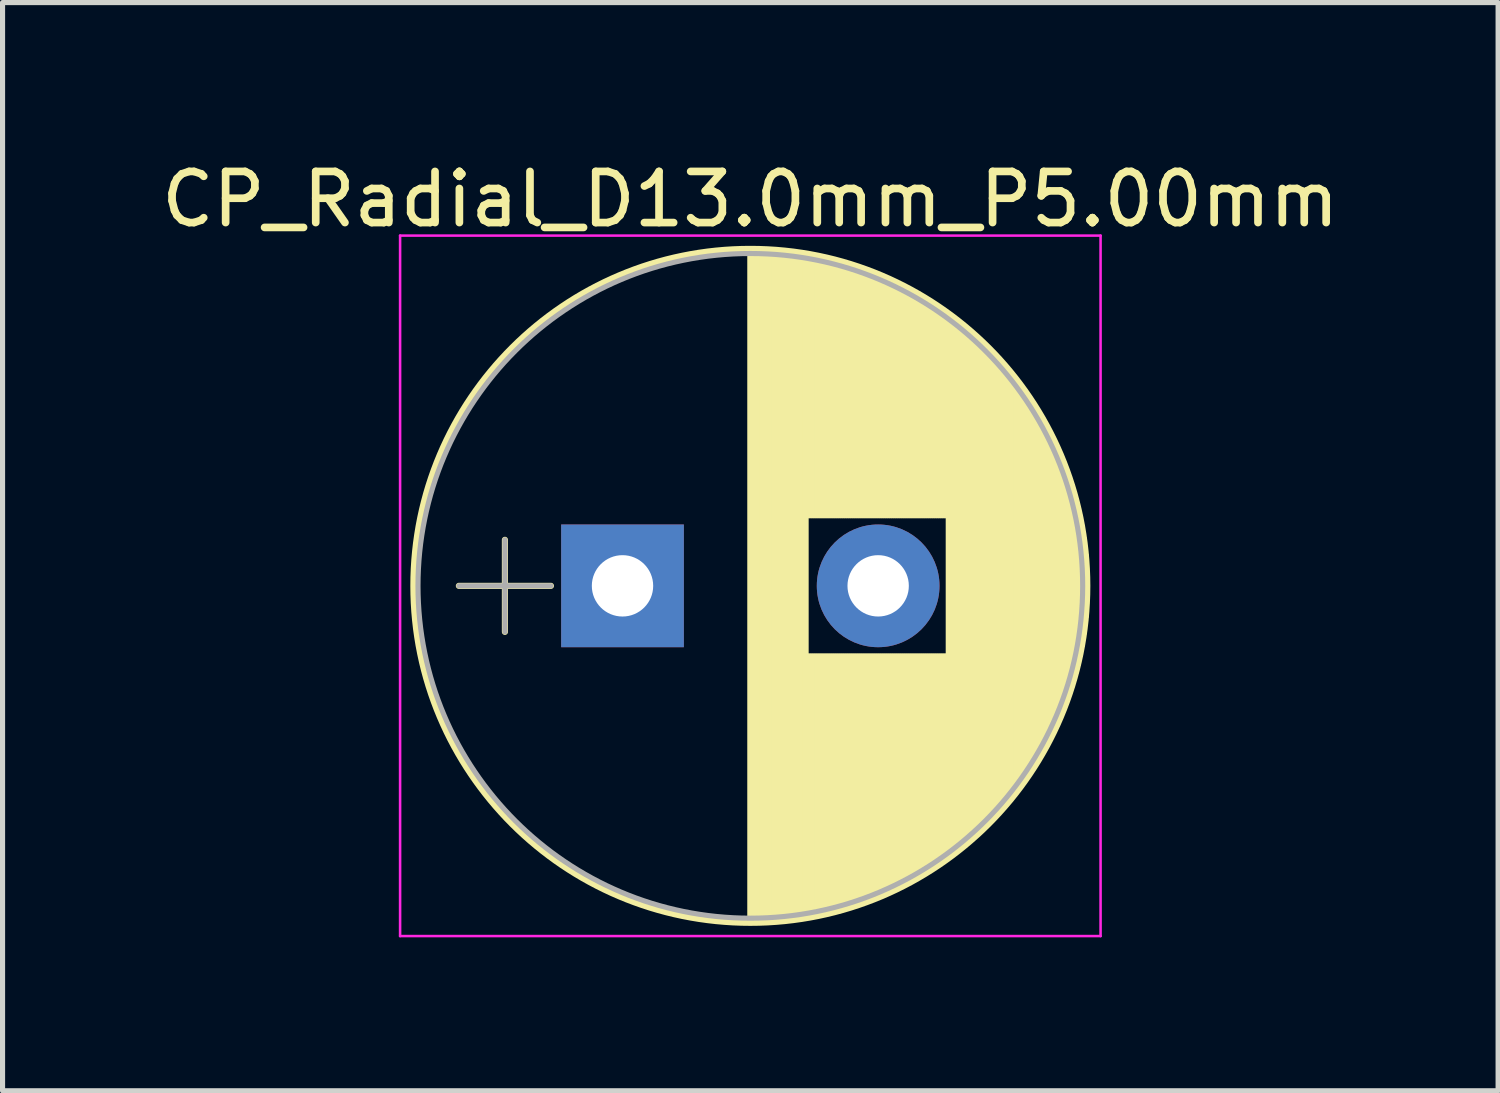
<source format=kicad_pcb>
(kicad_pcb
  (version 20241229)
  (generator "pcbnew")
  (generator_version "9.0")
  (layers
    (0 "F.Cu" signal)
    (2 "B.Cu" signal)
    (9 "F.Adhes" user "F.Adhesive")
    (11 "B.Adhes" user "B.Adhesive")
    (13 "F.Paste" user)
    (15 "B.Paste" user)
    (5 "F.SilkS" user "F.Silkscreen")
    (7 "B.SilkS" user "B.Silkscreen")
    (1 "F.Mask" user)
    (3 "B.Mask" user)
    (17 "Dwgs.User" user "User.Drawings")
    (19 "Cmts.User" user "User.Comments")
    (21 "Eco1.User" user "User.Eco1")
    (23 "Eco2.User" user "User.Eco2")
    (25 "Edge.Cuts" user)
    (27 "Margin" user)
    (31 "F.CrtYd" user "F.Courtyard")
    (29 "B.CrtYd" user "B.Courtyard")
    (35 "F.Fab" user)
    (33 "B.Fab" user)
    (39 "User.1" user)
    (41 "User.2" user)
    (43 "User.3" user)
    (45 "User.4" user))
  (footprint "CP_Radial_D13.0mm_P5.00mm"
    (layer "F.Cu")
    (at 9.125 8.408)
    (property "Reference" "CP_Radial_D13.0mm_P5.00mm" (at 2.5 -7.56 0) (layer "F.SilkS") (effects (font (size 1 1) (thickness 0.15))))
    (attr through_hole)
    (fp_line (start -3.2 0) (end -1.4 0) (stroke (width 0.12) (type solid)) (layer "F.SilkS"))
    (fp_line (start -2.3 -0.9) (end -2.3 0.9) (stroke (width 0.12) (type solid)) (layer "F.SilkS"))
    (fp_line (start 2.5 -6.55) (end 2.5 6.55) (stroke (width 0.12) (type solid)) (layer "F.SilkS"))
    (fp_line (start 2.54 -6.55) (end 2.54 6.55) (stroke (width 0.12) (type solid)) (layer "F.SilkS"))
    (fp_line (start 2.58 -6.55) (end 2.58 6.55) (stroke (width 0.12) (type solid)) (layer "F.SilkS"))
    (fp_line (start 2.62 -6.549) (end 2.62 6.549) (stroke (width 0.12) (type solid)) (layer "F.SilkS"))
    (fp_line (start 2.66 -6.549) (end 2.66 6.549) (stroke (width 0.12) (type solid)) (layer "F.SilkS"))
    (fp_line (start 2.7 -6.547) (end 2.7 6.547) (stroke (width 0.12) (type solid)) (layer "F.SilkS"))
    (fp_line (start 2.74 -6.546) (end 2.74 6.546) (stroke (width 0.12) (type solid)) (layer "F.SilkS"))
    (fp_line (start 2.78 -6.545) (end 2.78 6.545) (stroke (width 0.12) (type solid)) (layer "F.SilkS"))
    (fp_line (start 2.82 -6.543) (end 2.82 6.543) (stroke (width 0.12) (type solid)) (layer "F.SilkS"))
    (fp_line (start 2.86 -6.541) (end 2.86 6.541) (stroke (width 0.12) (type solid)) (layer "F.SilkS"))
    (fp_line (start 2.9 -6.538) (end 2.9 6.538) (stroke (width 0.12) (type solid)) (layer "F.SilkS"))
    (fp_line (start 2.94 -6.536) (end 2.94 6.536) (stroke (width 0.12) (type solid)) (layer "F.SilkS"))
    (fp_line (start 2.98 -6.533) (end 2.98 6.533) (stroke (width 0.12) (type solid)) (layer "F.SilkS"))
    (fp_line (start 3.02 -6.53) (end 3.02 6.53) (stroke (width 0.12) (type solid)) (layer "F.SilkS"))
    (fp_line (start 3.06 -6.527) (end 3.06 6.527) (stroke (width 0.12) (type solid)) (layer "F.SilkS"))
    (fp_line (start 3.1 -6.523) (end 3.1 6.523) (stroke (width 0.12) (type solid)) (layer "F.SilkS"))
    (fp_line (start 3.14 -6.519) (end 3.14 6.519) (stroke (width 0.12) (type solid)) (layer "F.SilkS"))
    (fp_line (start 3.18 -6.515) (end 3.18 6.515) (stroke (width 0.12) (type solid)) (layer "F.SilkS"))
    (fp_line (start 3.221 -6.511) (end 3.221 6.511) (stroke (width 0.12) (type solid)) (layer "F.SilkS"))
    (fp_line (start 3.261 -6.507) (end 3.261 6.507) (stroke (width 0.12) (type solid)) (layer "F.SilkS"))
    (fp_line (start 3.301 -6.502) (end 3.301 6.502) (stroke (width 0.12) (type solid)) (layer "F.SilkS"))
    (fp_line (start 3.341 -6.497) (end 3.341 6.497) (stroke (width 0.12) (type solid)) (layer "F.SilkS"))
    (fp_line (start 3.381 -6.491) (end 3.381 6.491) (stroke (width 0.12) (type solid)) (layer "F.SilkS"))
    (fp_line (start 3.421 -6.486) (end 3.421 6.486) (stroke (width 0.12) (type solid)) (layer "F.SilkS"))
    (fp_line (start 3.461 -6.48) (end 3.461 6.48) (stroke (width 0.12) (type solid)) (layer "F.SilkS"))
    (fp_line (start 3.501 -6.474) (end 3.501 6.474) (stroke (width 0.12) (type solid)) (layer "F.SilkS"))
    (fp_line (start 3.541 -6.468) (end 3.541 6.468) (stroke (width 0.12) (type solid)) (layer "F.SilkS"))
    (fp_line (start 3.581 -6.461) (end 3.581 6.461) (stroke (width 0.12) (type solid)) (layer "F.SilkS"))
    (fp_line (start 3.621 -6.455) (end 3.621 -1.38) (stroke (width 0.12) (type solid)) (layer "F.SilkS"))
    (fp_line (start 3.621 1.38) (end 3.621 6.455) (stroke (width 0.12) (type solid)) (layer "F.SilkS"))
    (fp_line (start 3.661 -6.448) (end 3.661 -1.38) (stroke (width 0.12) (type solid)) (layer "F.SilkS"))
    (fp_line (start 3.661 1.38) (end 3.661 6.448) (stroke (width 0.12) (type solid)) (layer "F.SilkS"))
    (fp_line (start 3.701 -6.44) (end 3.701 -1.38) (stroke (width 0.12) (type solid)) (layer "F.SilkS"))
    (fp_line (start 3.701 1.38) (end 3.701 6.44) (stroke (width 0.12) (type solid)) (layer "F.SilkS"))
    (fp_line (start 3.741 -6.433) (end 3.741 -1.38) (stroke (width 0.12) (type solid)) (layer "F.SilkS"))
    (fp_line (start 3.741 1.38) (end 3.741 6.433) (stroke (width 0.12) (type solid)) (layer "F.SilkS"))
    (fp_line (start 3.781 -6.425) (end 3.781 -1.38) (stroke (width 0.12) (type solid)) (layer "F.SilkS"))
    (fp_line (start 3.781 1.38) (end 3.781 6.425) (stroke (width 0.12) (type solid)) (layer "F.SilkS"))
    (fp_line (start 3.821 -6.417) (end 3.821 -1.38) (stroke (width 0.12) (type solid)) (layer "F.SilkS"))
    (fp_line (start 3.821 1.38) (end 3.821 6.417) (stroke (width 0.12) (type solid)) (layer "F.SilkS"))
    (fp_line (start 3.861 -6.409) (end 3.861 -1.38) (stroke (width 0.12) (type solid)) (layer "F.SilkS"))
    (fp_line (start 3.861 1.38) (end 3.861 6.409) (stroke (width 0.12) (type solid)) (layer "F.SilkS"))
    (fp_line (start 3.901 -6.4) (end 3.901 -1.38) (stroke (width 0.12) (type solid)) (layer "F.SilkS"))
    (fp_line (start 3.901 1.38) (end 3.901 6.4) (stroke (width 0.12) (type solid)) (layer "F.SilkS"))
    (fp_line (start 3.941 -6.391) (end 3.941 -1.38) (stroke (width 0.12) (type solid)) (layer "F.SilkS"))
    (fp_line (start 3.941 1.38) (end 3.941 6.391) (stroke (width 0.12) (type solid)) (layer "F.SilkS"))
    (fp_line (start 3.981 -6.382) (end 3.981 -1.38) (stroke (width 0.12) (type solid)) (layer "F.SilkS"))
    (fp_line (start 3.981 1.38) (end 3.981 6.382) (stroke (width 0.12) (type solid)) (layer "F.SilkS"))
    (fp_line (start 4.021 -6.373) (end 4.021 -1.38) (stroke (width 0.12) (type solid)) (layer "F.SilkS"))
    (fp_line (start 4.021 1.38) (end 4.021 6.373) (stroke (width 0.12) (type solid)) (layer "F.SilkS"))
    (fp_line (start 4.061 -6.363) (end 4.061 -1.38) (stroke (width 0.12) (type solid)) (layer "F.SilkS"))
    (fp_line (start 4.061 1.38) (end 4.061 6.363) (stroke (width 0.12) (type solid)) (layer "F.SilkS"))
    (fp_line (start 4.101 -6.353) (end 4.101 -1.38) (stroke (width 0.12) (type solid)) (layer "F.SilkS"))
    (fp_line (start 4.101 1.38) (end 4.101 6.353) (stroke (width 0.12) (type solid)) (layer "F.SilkS"))
    (fp_line (start 4.141 -6.343) (end 4.141 -1.38) (stroke (width 0.12) (type solid)) (layer "F.SilkS"))
    (fp_line (start 4.141 1.38) (end 4.141 6.343) (stroke (width 0.12) (type solid)) (layer "F.SilkS"))
    (fp_line (start 4.181 -6.333) (end 4.181 -1.38) (stroke (width 0.12) (type solid)) (layer "F.SilkS"))
    (fp_line (start 4.181 1.38) (end 4.181 6.333) (stroke (width 0.12) (type solid)) (layer "F.SilkS"))
    (fp_line (start 4.221 -6.322) (end 4.221 -1.38) (stroke (width 0.12) (type solid)) (layer "F.SilkS"))
    (fp_line (start 4.221 1.38) (end 4.221 6.322) (stroke (width 0.12) (type solid)) (layer "F.SilkS"))
    (fp_line (start 4.261 -6.311) (end 4.261 -1.38) (stroke (width 0.12) (type solid)) (layer "F.SilkS"))
    (fp_line (start 4.261 1.38) (end 4.261 6.311) (stroke (width 0.12) (type solid)) (layer "F.SilkS"))
    (fp_line (start 4.301 -6.3) (end 4.301 -1.38) (stroke (width 0.12) (type solid)) (layer "F.SilkS"))
    (fp_line (start 4.301 1.38) (end 4.301 6.3) (stroke (width 0.12) (type solid)) (layer "F.SilkS"))
    (fp_line (start 4.341 -6.288) (end 4.341 -1.38) (stroke (width 0.12) (type solid)) (layer "F.SilkS"))
    (fp_line (start 4.341 1.38) (end 4.341 6.288) (stroke (width 0.12) (type solid)) (layer "F.SilkS"))
    (fp_line (start 4.381 -6.277) (end 4.381 -1.38) (stroke (width 0.12) (type solid)) (layer "F.SilkS"))
    (fp_line (start 4.381 1.38) (end 4.381 6.277) (stroke (width 0.12) (type solid)) (layer "F.SilkS"))
    (fp_line (start 4.421 -6.265) (end 4.421 -1.38) (stroke (width 0.12) (type solid)) (layer "F.SilkS"))
    (fp_line (start 4.421 1.38) (end 4.421 6.265) (stroke (width 0.12) (type solid)) (layer "F.SilkS"))
    (fp_line (start 4.461 -6.252) (end 4.461 -1.38) (stroke (width 0.12) (type solid)) (layer "F.SilkS"))
    (fp_line (start 4.461 1.38) (end 4.461 6.252) (stroke (width 0.12) (type solid)) (layer "F.SilkS"))
    (fp_line (start 4.501 -6.24) (end 4.501 -1.38) (stroke (width 0.12) (type solid)) (layer "F.SilkS"))
    (fp_line (start 4.501 1.38) (end 4.501 6.24) (stroke (width 0.12) (type solid)) (layer "F.SilkS"))
    (fp_line (start 4.541 -6.227) (end 4.541 -1.38) (stroke (width 0.12) (type solid)) (layer "F.SilkS"))
    (fp_line (start 4.541 1.38) (end 4.541 6.227) (stroke (width 0.12) (type solid)) (layer "F.SilkS"))
    (fp_line (start 4.581 -6.214) (end 4.581 -1.38) (stroke (width 0.12) (type solid)) (layer "F.SilkS"))
    (fp_line (start 4.581 1.38) (end 4.581 6.214) (stroke (width 0.12) (type solid)) (layer "F.SilkS"))
    (fp_line (start 4.621 -6.2) (end 4.621 -1.38) (stroke (width 0.12) (type solid)) (layer "F.SilkS"))
    (fp_line (start 4.621 1.38) (end 4.621 6.2) (stroke (width 0.12) (type solid)) (layer "F.SilkS"))
    (fp_line (start 4.661 -6.186) (end 4.661 -1.38) (stroke (width 0.12) (type solid)) (layer "F.SilkS"))
    (fp_line (start 4.661 1.38) (end 4.661 6.186) (stroke (width 0.12) (type solid)) (layer "F.SilkS"))
    (fp_line (start 4.701 -6.172) (end 4.701 -1.38) (stroke (width 0.12) (type solid)) (layer "F.SilkS"))
    (fp_line (start 4.701 1.38) (end 4.701 6.172) (stroke (width 0.12) (type solid)) (layer "F.SilkS"))
    (fp_line (start 4.741 -6.158) (end 4.741 -1.38) (stroke (width 0.12) (type solid)) (layer "F.SilkS"))
    (fp_line (start 4.741 1.38) (end 4.741 6.158) (stroke (width 0.12) (type solid)) (layer "F.SilkS"))
    (fp_line (start 4.781 -6.144) (end 4.781 -1.38) (stroke (width 0.12) (type solid)) (layer "F.SilkS"))
    (fp_line (start 4.781 1.38) (end 4.781 6.144) (stroke (width 0.12) (type solid)) (layer "F.SilkS"))
    (fp_line (start 4.821 -6.129) (end 4.821 -1.38) (stroke (width 0.12) (type solid)) (layer "F.SilkS"))
    (fp_line (start 4.821 1.38) (end 4.821 6.129) (stroke (width 0.12) (type solid)) (layer "F.SilkS"))
    (fp_line (start 4.861 -6.113) (end 4.861 -1.38) (stroke (width 0.12) (type solid)) (layer "F.SilkS"))
    (fp_line (start 4.861 1.38) (end 4.861 6.113) (stroke (width 0.12) (type solid)) (layer "F.SilkS"))
    (fp_line (start 4.901 -6.098) (end 4.901 -1.38) (stroke (width 0.12) (type solid)) (layer "F.SilkS"))
    (fp_line (start 4.901 1.38) (end 4.901 6.098) (stroke (width 0.12) (type solid)) (layer "F.SilkS"))
    (fp_line (start 4.941 -6.082) (end 4.941 -1.38) (stroke (width 0.12) (type solid)) (layer "F.SilkS"))
    (fp_line (start 4.941 1.38) (end 4.941 6.082) (stroke (width 0.12) (type solid)) (layer "F.SilkS"))
    (fp_line (start 4.981 -6.066) (end 4.981 -1.38) (stroke (width 0.12) (type solid)) (layer "F.SilkS"))
    (fp_line (start 4.981 1.38) (end 4.981 6.066) (stroke (width 0.12) (type solid)) (layer "F.SilkS"))
    (fp_line (start 5.021 -6.05) (end 5.021 -1.38) (stroke (width 0.12) (type solid)) (layer "F.SilkS"))
    (fp_line (start 5.021 1.38) (end 5.021 6.05) (stroke (width 0.12) (type solid)) (layer "F.SilkS"))
    (fp_line (start 5.061 -6.033) (end 5.061 -1.38) (stroke (width 0.12) (type solid)) (layer "F.SilkS"))
    (fp_line (start 5.061 1.38) (end 5.061 6.033) (stroke (width 0.12) (type solid)) (layer "F.SilkS"))
    (fp_line (start 5.101 -6.016) (end 5.101 -1.38) (stroke (width 0.12) (type solid)) (layer "F.SilkS"))
    (fp_line (start 5.101 1.38) (end 5.101 6.016) (stroke (width 0.12) (type solid)) (layer "F.SilkS"))
    (fp_line (start 5.141 -5.999) (end 5.141 -1.38) (stroke (width 0.12) (type solid)) (layer "F.SilkS"))
    (fp_line (start 5.141 1.38) (end 5.141 5.999) (stroke (width 0.12) (type solid)) (layer "F.SilkS"))
    (fp_line (start 5.181 -5.981) (end 5.181 -1.38) (stroke (width 0.12) (type solid)) (layer "F.SilkS"))
    (fp_line (start 5.181 1.38) (end 5.181 5.981) (stroke (width 0.12) (type solid)) (layer "F.SilkS"))
    (fp_line (start 5.221 -5.963) (end 5.221 -1.38) (stroke (width 0.12) (type solid)) (layer "F.SilkS"))
    (fp_line (start 5.221 1.38) (end 5.221 5.963) (stroke (width 0.12) (type solid)) (layer "F.SilkS"))
    (fp_line (start 5.261 -5.945) (end 5.261 -1.38) (stroke (width 0.12) (type solid)) (layer "F.SilkS"))
    (fp_line (start 5.261 1.38) (end 5.261 5.945) (stroke (width 0.12) (type solid)) (layer "F.SilkS"))
    (fp_line (start 5.301 -5.926) (end 5.301 -1.38) (stroke (width 0.12) (type solid)) (layer "F.SilkS"))
    (fp_line (start 5.301 1.38) (end 5.301 5.926) (stroke (width 0.12) (type solid)) (layer "F.SilkS"))
    (fp_line (start 5.341 -5.907) (end 5.341 -1.38) (stroke (width 0.12) (type solid)) (layer "F.SilkS"))
    (fp_line (start 5.341 1.38) (end 5.341 5.907) (stroke (width 0.12) (type solid)) (layer "F.SilkS"))
    (fp_line (start 5.381 -5.888) (end 5.381 -1.38) (stroke (width 0.12) (type solid)) (layer "F.SilkS"))
    (fp_line (start 5.381 1.38) (end 5.381 5.888) (stroke (width 0.12) (type solid)) (layer "F.SilkS"))
    (fp_line (start 5.421 -5.868) (end 5.421 -1.38) (stroke (width 0.12) (type solid)) (layer "F.SilkS"))
    (fp_line (start 5.421 1.38) (end 5.421 5.868) (stroke (width 0.12) (type solid)) (layer "F.SilkS"))
    (fp_line (start 5.461 -5.848) (end 5.461 -1.38) (stroke (width 0.12) (type solid)) (layer "F.SilkS"))
    (fp_line (start 5.461 1.38) (end 5.461 5.848) (stroke (width 0.12) (type solid)) (layer "F.SilkS"))
    (fp_line (start 5.501 -5.828) (end 5.501 -1.38) (stroke (width 0.12) (type solid)) (layer "F.SilkS"))
    (fp_line (start 5.501 1.38) (end 5.501 5.828) (stroke (width 0.12) (type solid)) (layer "F.SilkS"))
    (fp_line (start 5.541 -5.807) (end 5.541 -1.38) (stroke (width 0.12) (type solid)) (layer "F.SilkS"))
    (fp_line (start 5.541 1.38) (end 5.541 5.807) (stroke (width 0.12) (type solid)) (layer "F.SilkS"))
    (fp_line (start 5.581 -5.786) (end 5.581 -1.38) (stroke (width 0.12) (type solid)) (layer "F.SilkS"))
    (fp_line (start 5.581 1.38) (end 5.581 5.786) (stroke (width 0.12) (type solid)) (layer "F.SilkS"))
    (fp_line (start 5.621 -5.765) (end 5.621 -1.38) (stroke (width 0.12) (type solid)) (layer "F.SilkS"))
    (fp_line (start 5.621 1.38) (end 5.621 5.765) (stroke (width 0.12) (type solid)) (layer "F.SilkS"))
    (fp_line (start 5.661 -5.743) (end 5.661 -1.38) (stroke (width 0.12) (type solid)) (layer "F.SilkS"))
    (fp_line (start 5.661 1.38) (end 5.661 5.743) (stroke (width 0.12) (type solid)) (layer "F.SilkS"))
    (fp_line (start 5.701 -5.721) (end 5.701 -1.38) (stroke (width 0.12) (type solid)) (layer "F.SilkS"))
    (fp_line (start 5.701 1.38) (end 5.701 5.721) (stroke (width 0.12) (type solid)) (layer "F.SilkS"))
    (fp_line (start 5.741 -5.699) (end 5.741 -1.38) (stroke (width 0.12) (type solid)) (layer "F.SilkS"))
    (fp_line (start 5.741 1.38) (end 5.741 5.699) (stroke (width 0.12) (type solid)) (layer "F.SilkS"))
    (fp_line (start 5.781 -5.676) (end 5.781 -1.38) (stroke (width 0.12) (type solid)) (layer "F.SilkS"))
    (fp_line (start 5.781 1.38) (end 5.781 5.676) (stroke (width 0.12) (type solid)) (layer "F.SilkS"))
    (fp_line (start 5.821 -5.653) (end 5.821 -1.38) (stroke (width 0.12) (type solid)) (layer "F.SilkS"))
    (fp_line (start 5.821 1.38) (end 5.821 5.653) (stroke (width 0.12) (type solid)) (layer "F.SilkS"))
    (fp_line (start 5.861 -5.63) (end 5.861 -1.38) (stroke (width 0.12) (type solid)) (layer "F.SilkS"))
    (fp_line (start 5.861 1.38) (end 5.861 5.63) (stroke (width 0.12) (type solid)) (layer "F.SilkS"))
    (fp_line (start 5.901 -5.606) (end 5.901 -1.38) (stroke (width 0.12) (type solid)) (layer "F.SilkS"))
    (fp_line (start 5.901 1.38) (end 5.901 5.606) (stroke (width 0.12) (type solid)) (layer "F.SilkS"))
    (fp_line (start 5.941 -5.581) (end 5.941 -1.38) (stroke (width 0.12) (type solid)) (layer "F.SilkS"))
    (fp_line (start 5.941 1.38) (end 5.941 5.581) (stroke (width 0.12) (type solid)) (layer "F.SilkS"))
    (fp_line (start 5.981 -5.557) (end 5.981 -1.38) (stroke (width 0.12) (type solid)) (layer "F.SilkS"))
    (fp_line (start 5.981 1.38) (end 5.981 5.557) (stroke (width 0.12) (type solid)) (layer "F.SilkS"))
    (fp_line (start 6.021 -5.532) (end 6.021 -1.38) (stroke (width 0.12) (type solid)) (layer "F.SilkS"))
    (fp_line (start 6.021 1.38) (end 6.021 5.532) (stroke (width 0.12) (type solid)) (layer "F.SilkS"))
    (fp_line (start 6.061 -5.506) (end 6.061 -1.38) (stroke (width 0.12) (type solid)) (layer "F.SilkS"))
    (fp_line (start 6.061 1.38) (end 6.061 5.506) (stroke (width 0.12) (type solid)) (layer "F.SilkS"))
    (fp_line (start 6.101 -5.48) (end 6.101 -1.38) (stroke (width 0.12) (type solid)) (layer "F.SilkS"))
    (fp_line (start 6.101 1.38) (end 6.101 5.48) (stroke (width 0.12) (type solid)) (layer "F.SilkS"))
    (fp_line (start 6.141 -5.454) (end 6.141 -1.38) (stroke (width 0.12) (type solid)) (layer "F.SilkS"))
    (fp_line (start 6.141 1.38) (end 6.141 5.454) (stroke (width 0.12) (type solid)) (layer "F.SilkS"))
    (fp_line (start 6.181 -5.427) (end 6.181 -1.38) (stroke (width 0.12) (type solid)) (layer "F.SilkS"))
    (fp_line (start 6.181 1.38) (end 6.181 5.427) (stroke (width 0.12) (type solid)) (layer "F.SilkS"))
    (fp_line (start 6.221 -5.4) (end 6.221 -1.38) (stroke (width 0.12) (type solid)) (layer "F.SilkS"))
    (fp_line (start 6.221 1.38) (end 6.221 5.4) (stroke (width 0.12) (type solid)) (layer "F.SilkS"))
    (fp_line (start 6.261 -5.373) (end 6.261 -1.38) (stroke (width 0.12) (type solid)) (layer "F.SilkS"))
    (fp_line (start 6.261 1.38) (end 6.261 5.373) (stroke (width 0.12) (type solid)) (layer "F.SilkS"))
    (fp_line (start 6.301 -5.345) (end 6.301 -1.38) (stroke (width 0.12) (type solid)) (layer "F.SilkS"))
    (fp_line (start 6.301 1.38) (end 6.301 5.345) (stroke (width 0.12) (type solid)) (layer "F.SilkS"))
    (fp_line (start 6.341 -5.316) (end 6.341 -1.38) (stroke (width 0.12) (type solid)) (layer "F.SilkS"))
    (fp_line (start 6.341 1.38) (end 6.341 5.316) (stroke (width 0.12) (type solid)) (layer "F.SilkS"))
    (fp_line (start 6.381 -5.287) (end 6.381 5.287) (stroke (width 0.12) (type solid)) (layer "F.SilkS"))
    (fp_line (start 6.421 -5.258) (end 6.421 5.258) (stroke (width 0.12) (type solid)) (layer "F.SilkS"))
    (fp_line (start 6.461 -5.228) (end 6.461 5.228) (stroke (width 0.12) (type solid)) (layer "F.SilkS"))
    (fp_line (start 6.501 -5.198) (end 6.501 5.198) (stroke (width 0.12) (type solid)) (layer "F.SilkS"))
    (fp_line (start 6.541 -5.167) (end 6.541 5.167) (stroke (width 0.12) (type solid)) (layer "F.SilkS"))
    (fp_line (start 6.581 -5.136) (end 6.581 5.136) (stroke (width 0.12) (type solid)) (layer "F.SilkS"))
    (fp_line (start 6.621 -5.104) (end 6.621 5.104) (stroke (width 0.12) (type solid)) (layer "F.SilkS"))
    (fp_line (start 6.661 -5.072) (end 6.661 5.072) (stroke (width 0.12) (type solid)) (layer "F.SilkS"))
    (fp_line (start 6.701 -5.039) (end 6.701 5.039) (stroke (width 0.12) (type solid)) (layer "F.SilkS"))
    (fp_line (start 6.741 -5.005) (end 6.741 5.005) (stroke (width 0.12) (type solid)) (layer "F.SilkS"))
    (fp_line (start 6.781 -4.971) (end 6.781 4.971) (stroke (width 0.12) (type solid)) (layer "F.SilkS"))
    (fp_line (start 6.821 -4.937) (end 6.821 4.937) (stroke (width 0.12) (type solid)) (layer "F.SilkS"))
    (fp_line (start 6.861 -4.902) (end 6.861 4.902) (stroke (width 0.12) (type solid)) (layer "F.SilkS"))
    (fp_line (start 6.901 -4.866) (end 6.901 4.866) (stroke (width 0.12) (type solid)) (layer "F.SilkS"))
    (fp_line (start 6.941 -4.83) (end 6.941 4.83) (stroke (width 0.12) (type solid)) (layer "F.SilkS"))
    (fp_line (start 6.981 -4.793) (end 6.981 4.793) (stroke (width 0.12) (type solid)) (layer "F.SilkS"))
    (fp_line (start 7.021 -4.756) (end 7.021 4.756) (stroke (width 0.12) (type solid)) (layer "F.SilkS"))
    (fp_line (start 7.061 -4.718) (end 7.061 4.718) (stroke (width 0.12) (type solid)) (layer "F.SilkS"))
    (fp_line (start 7.101 -4.679) (end 7.101 4.679) (stroke (width 0.12) (type solid)) (layer "F.SilkS"))
    (fp_line (start 7.141 -4.64) (end 7.141 4.64) (stroke (width 0.12) (type solid)) (layer "F.SilkS"))
    (fp_line (start 7.181 -4.6) (end 7.181 4.6) (stroke (width 0.12) (type solid)) (layer "F.SilkS"))
    (fp_line (start 7.221 -4.559) (end 7.221 4.559) (stroke (width 0.12) (type solid)) (layer "F.SilkS"))
    (fp_line (start 7.261 -4.518) (end 7.261 4.518) (stroke (width 0.12) (type solid)) (layer "F.SilkS"))
    (fp_line (start 7.301 -4.476) (end 7.301 4.476) (stroke (width 0.12) (type solid)) (layer "F.SilkS"))
    (fp_line (start 7.341 -4.433) (end 7.341 4.433) (stroke (width 0.12) (type solid)) (layer "F.SilkS"))
    (fp_line (start 7.381 -4.389) (end 7.381 4.389) (stroke (width 0.12) (type solid)) (layer "F.SilkS"))
    (fp_line (start 7.421 -4.345) (end 7.421 4.345) (stroke (width 0.12) (type solid)) (layer "F.SilkS"))
    (fp_line (start 7.461 -4.299) (end 7.461 4.299) (stroke (width 0.12) (type solid)) (layer "F.SilkS"))
    (fp_line (start 7.501 -4.253) (end 7.501 4.253) (stroke (width 0.12) (type solid)) (layer "F.SilkS"))
    (fp_line (start 7.541 -4.206) (end 7.541 4.206) (stroke (width 0.12) (type solid)) (layer "F.SilkS"))
    (fp_line (start 7.581 -4.158) (end 7.581 4.158) (stroke (width 0.12) (type solid)) (layer "F.SilkS"))
    (fp_line (start 7.621 -4.109) (end 7.621 4.109) (stroke (width 0.12) (type solid)) (layer "F.SilkS"))
    (fp_line (start 7.661 -4.06) (end 7.661 4.06) (stroke (width 0.12) (type solid)) (layer "F.SilkS"))
    (fp_line (start 7.701 -4.009) (end 7.701 4.009) (stroke (width 0.12) (type solid)) (layer "F.SilkS"))
    (fp_line (start 7.741 -3.957) (end 7.741 3.957) (stroke (width 0.12) (type solid)) (layer "F.SilkS"))
    (fp_line (start 7.781 -3.904) (end 7.781 3.904) (stroke (width 0.12) (type solid)) (layer "F.SilkS"))
    (fp_line (start 7.821 -3.85) (end 7.821 3.85) (stroke (width 0.12) (type solid)) (layer "F.SilkS"))
    (fp_line (start 7.861 -3.794) (end 7.861 3.794) (stroke (width 0.12) (type solid)) (layer "F.SilkS"))
    (fp_line (start 7.901 -3.738) (end 7.901 3.738) (stroke (width 0.12) (type solid)) (layer "F.SilkS"))
    (fp_line (start 7.941 -3.68) (end 7.941 3.68) (stroke (width 0.12) (type solid)) (layer "F.SilkS"))
    (fp_line (start 7.981 -3.621) (end 7.981 3.621) (stroke (width 0.12) (type solid)) (layer "F.SilkS"))
    (fp_line (start 8.021 -3.56) (end 8.021 3.56) (stroke (width 0.12) (type solid)) (layer "F.SilkS"))
    (fp_line (start 8.061 -3.498) (end 8.061 3.498) (stroke (width 0.12) (type solid)) (layer "F.SilkS"))
    (fp_line (start 8.101 -3.434) (end 8.101 3.434) (stroke (width 0.12) (type solid)) (layer "F.SilkS"))
    (fp_line (start 8.141 -3.369) (end 8.141 3.369) (stroke (width 0.12) (type solid)) (layer "F.SilkS"))
    (fp_line (start 8.181 -3.302) (end 8.181 3.302) (stroke (width 0.12) (type solid)) (layer "F.SilkS"))
    (fp_line (start 8.221 -3.233) (end 8.221 3.233) (stroke (width 0.12) (type solid)) (layer "F.SilkS"))
    (fp_line (start 8.261 -3.162) (end 8.261 3.162) (stroke (width 0.12) (type solid)) (layer "F.SilkS"))
    (fp_line (start 8.301 -3.089) (end 8.301 3.089) (stroke (width 0.12) (type solid)) (layer "F.SilkS"))
    (fp_line (start 8.341 -3.014) (end 8.341 3.014) (stroke (width 0.12) (type solid)) (layer "F.SilkS"))
    (fp_line (start 8.381 -2.936) (end 8.381 2.936) (stroke (width 0.12) (type solid)) (layer "F.SilkS"))
    (fp_line (start 8.421 -2.856) (end 8.421 2.856) (stroke (width 0.12) (type solid)) (layer "F.SilkS"))
    (fp_line (start 8.461 -2.772) (end 8.461 2.772) (stroke (width 0.12) (type solid)) (layer "F.SilkS"))
    (fp_line (start 8.501 -2.686) (end 8.501 2.686) (stroke (width 0.12) (type solid)) (layer "F.SilkS"))
    (fp_line (start 8.541 -2.596) (end 8.541 2.596) (stroke (width 0.12) (type solid)) (layer "F.SilkS"))
    (fp_line (start 8.581 -2.502) (end 8.581 2.502) (stroke (width 0.12) (type solid)) (layer "F.SilkS"))
    (fp_line (start 8.621 -2.405) (end 8.621 2.405) (stroke (width 0.12) (type solid)) (layer "F.SilkS"))
    (fp_line (start 8.661 -2.302) (end 8.661 2.302) (stroke (width 0.12) (type solid)) (layer "F.SilkS"))
    (fp_line (start 8.701 -2.194) (end 8.701 2.194) (stroke (width 0.12) (type solid)) (layer "F.SilkS"))
    (fp_line (start 8.741 -2.08) (end 8.741 2.08) (stroke (width 0.12) (type solid)) (layer "F.SilkS"))
    (fp_line (start 8.781 -1.958) (end 8.781 1.958) (stroke (width 0.12) (type solid)) (layer "F.SilkS"))
    (fp_line (start 8.821 -1.828) (end 8.821 1.828) (stroke (width 0.12) (type solid)) (layer "F.SilkS"))
    (fp_line (start 8.861 -1.686) (end 8.861 1.686) (stroke (width 0.12) (type solid)) (layer "F.SilkS"))
    (fp_line (start 8.901 -1.532) (end 8.901 1.532) (stroke (width 0.12) (type solid)) (layer "F.SilkS"))
    (fp_line (start 8.941 -1.359) (end 8.941 1.359) (stroke (width 0.12) (type solid)) (layer "F.SilkS"))
    (fp_line (start 8.981 -1.16) (end 8.981 1.16) (stroke (width 0.12) (type solid)) (layer "F.SilkS"))
    (fp_line (start 9.021 -0.918) (end 9.021 0.918) (stroke (width 0.12) (type solid)) (layer "F.SilkS"))
    (fp_line (start 9.061 -0.589) (end 9.061 0.589) (stroke (width 0.12) (type solid)) (layer "F.SilkS"))
    (fp_circle (center 2.5 0) (end 9.09 0) (stroke (width 0.12) (type solid)) (fill no) (layer "F.SilkS"))
    (fp_line (start -4.35 -6.85) (end -4.35 6.85) (stroke (width 0.05) (type solid)) (layer "F.CrtYd"))
    (fp_line (start -4.35 6.85) (end 9.35 6.85) (stroke (width 0.05) (type solid)) (layer "F.CrtYd"))
    (fp_line (start 9.35 -6.85) (end -4.35 -6.85) (stroke (width 0.05) (type solid)) (layer "F.CrtYd"))
    (fp_line (start 9.35 6.85) (end 9.35 -6.85) (stroke (width 0.05) (type solid)) (layer "F.CrtYd"))
    (fp_line (start -3.2 0) (end -1.4 0) (stroke (width 0.1) (type solid)) (layer "F.Fab"))
    (fp_line (start -2.3 -0.9) (end -2.3 0.9) (stroke (width 0.1) (type solid)) (layer "F.Fab"))
    (fp_circle (center 2.5 0) (end 9 0) (stroke (width 0.1) (type solid)) (fill no) (layer "F.Fab"))
    (pad "1" thru_hole rect (at 0 0) (size 2.4 2.4) (drill 1.2) (layers "*.Cu" "*.Mask"))
    (pad "2" thru_hole circle (at 5 0) (size 2.4 2.4) (drill 1.2) (layers "*.Cu" "*.Mask")))
  (gr_rect
    (start -3 -3)
    (end 26.25 18.283)
    (stroke (width 0.1) (type default))
    (fill no)
    (layer "Edge.Cuts")))
</source>
